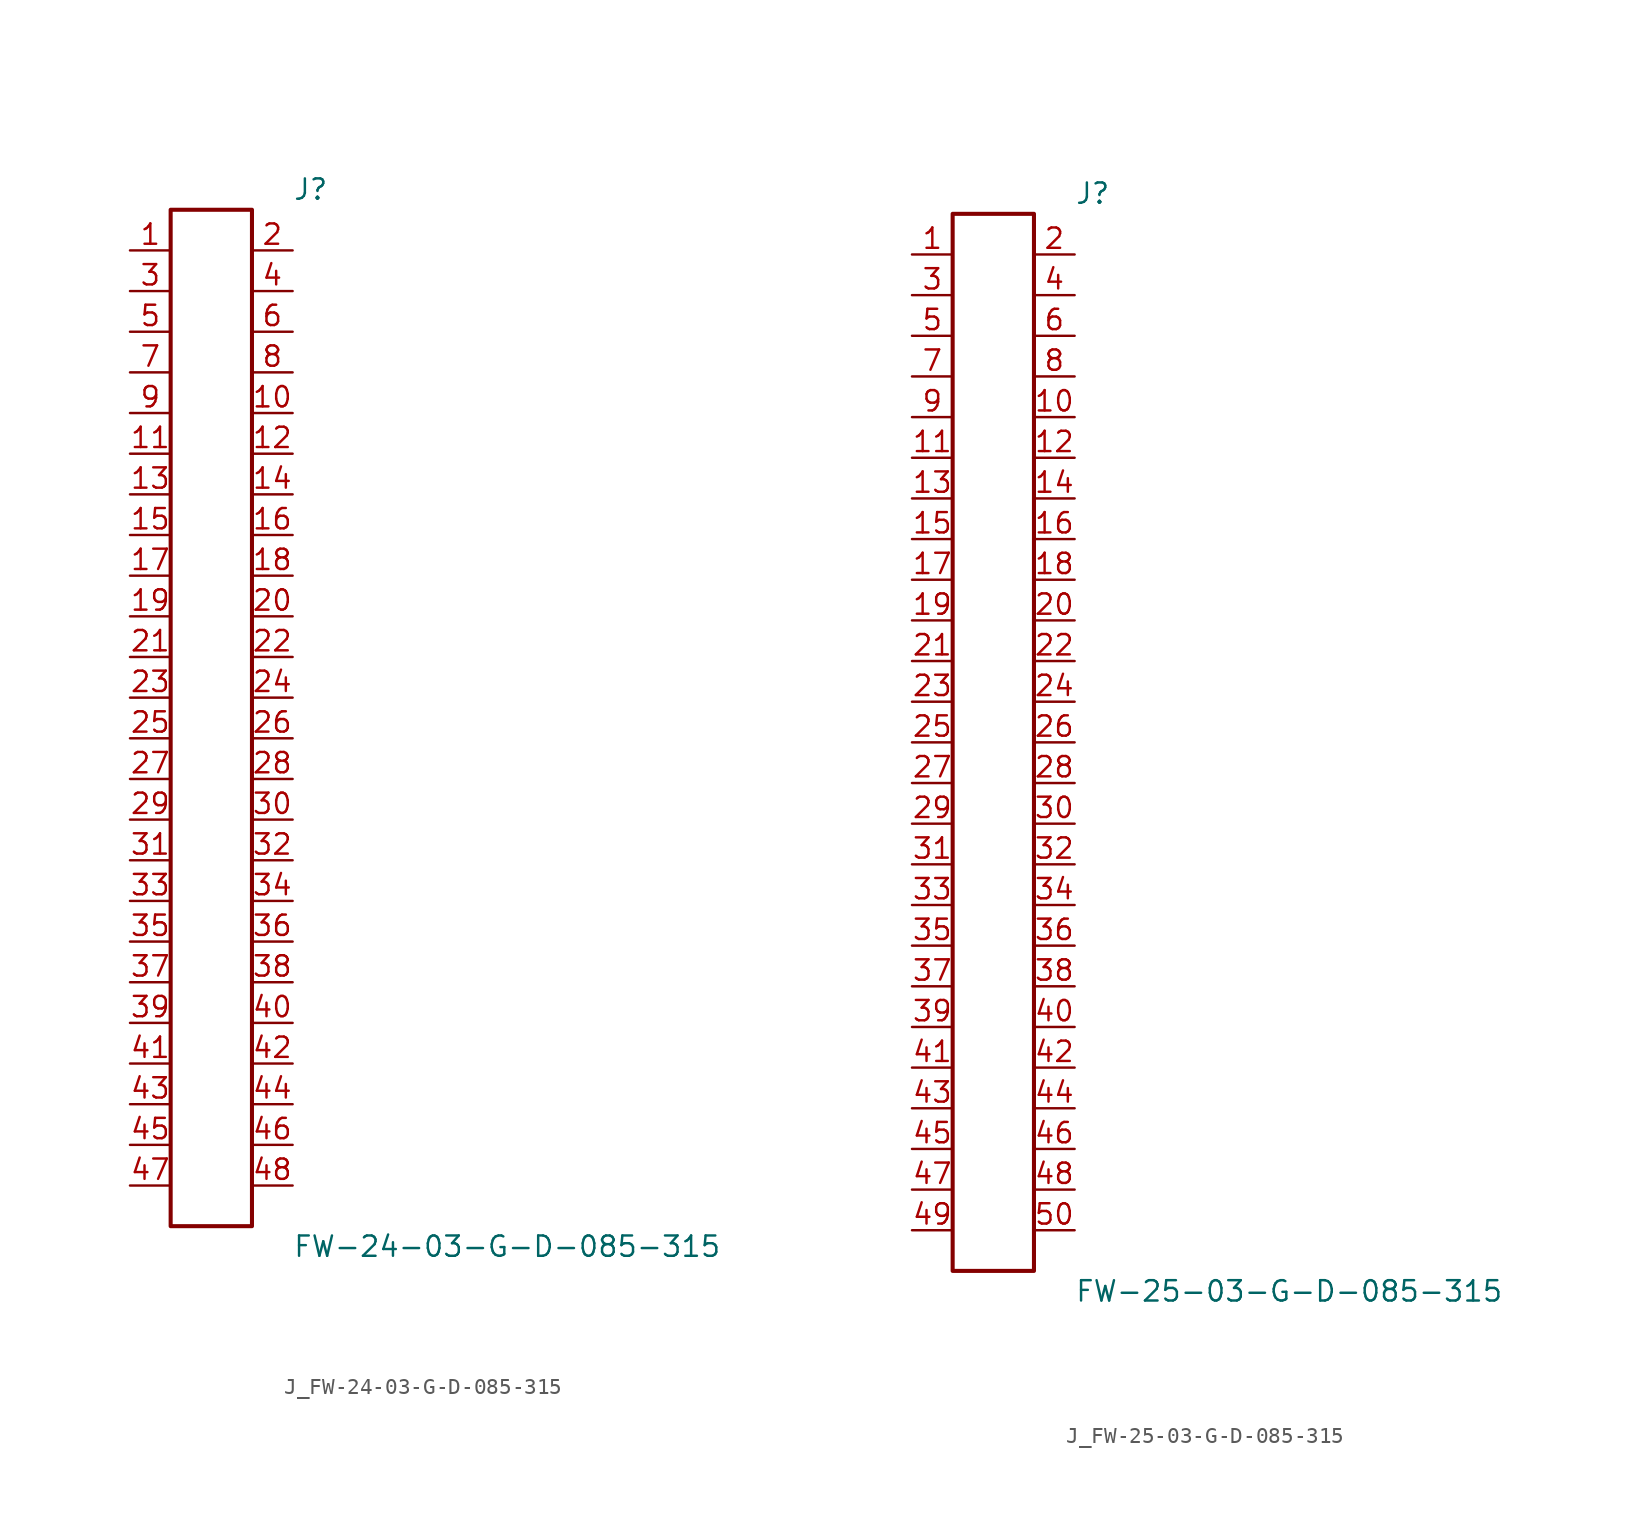
<source format=kicad_sym>
(kicad_symbol_lib
  (version 20231120)
  (generator kicad_symbol_editor)
  (generator_version 8.0)
  (symbol "J_FW-24-03-G-D-085-315"
    (pin_names
      (offset 0.254))
    (property "Reference" "J"
      (at 5.08 33.02 0)
      (effects (font (size 1.27 1.27)) (justify left)))
    (property "Value" "FW-24-03-G-D-085-315"
      (at 5.08 -33.02 0)
      (effects (font (size 1.27 1.27)) (justify left)))
    (symbol "J_FW-24-03-G-D-085-315_0_0"
      (pin unspecified line (at -5.08 29.21 0) (length 2.54) (name "" (effects (font (size 1.27 1.27)))) (number "1" (effects (font (size 1.27 1.27)))))
      (pin unspecified line (at 5.08 29.21 180) (length 2.54) (name "" (effects (font (size 1.27 1.27)))) (number "2" (effects (font (size 1.27 1.27)))))
      (pin unspecified line (at -5.08 26.67 0) (length 2.54) (name "" (effects (font (size 1.27 1.27)))) (number "3" (effects (font (size 1.27 1.27)))))
      (pin unspecified line (at 5.08 26.67 180) (length 2.54) (name "" (effects (font (size 1.27 1.27)))) (number "4" (effects (font (size 1.27 1.27)))))
      (pin unspecified line (at -5.08 24.13 0) (length 2.54) (name "" (effects (font (size 1.27 1.27)))) (number "5" (effects (font (size 1.27 1.27)))))
      (pin unspecified line (at 5.08 24.13 180) (length 2.54) (name "" (effects (font (size 1.27 1.27)))) (number "6" (effects (font (size 1.27 1.27)))))
      (pin unspecified line (at -5.08 21.59 0) (length 2.54) (name "" (effects (font (size 1.27 1.27)))) (number "7" (effects (font (size 1.27 1.27)))))
      (pin unspecified line (at 5.08 21.59 180) (length 2.54) (name "" (effects (font (size 1.27 1.27)))) (number "8" (effects (font (size 1.27 1.27)))))
      (pin unspecified line (at -5.08 19.05 0) (length 2.54) (name "" (effects (font (size 1.27 1.27)))) (number "9" (effects (font (size 1.27 1.27)))))
      (pin unspecified line (at 5.08 19.05 180) (length 2.54) (name "" (effects (font (size 1.27 1.27)))) (number "10" (effects (font (size 1.27 1.27)))))
      (pin unspecified line (at -5.08 16.51 0) (length 2.54) (name "" (effects (font (size 1.27 1.27)))) (number "11" (effects (font (size 1.27 1.27)))))
      (pin unspecified line (at 5.08 16.51 180) (length 2.54) (name "" (effects (font (size 1.27 1.27)))) (number "12" (effects (font (size 1.27 1.27)))))
      (pin unspecified line (at -5.08 13.97 0) (length 2.54) (name "" (effects (font (size 1.27 1.27)))) (number "13" (effects (font (size 1.27 1.27)))))
      (pin unspecified line (at 5.08 13.97 180) (length 2.54) (name "" (effects (font (size 1.27 1.27)))) (number "14" (effects (font (size 1.27 1.27)))))
      (pin unspecified line (at -5.08 11.43 0) (length 2.54) (name "" (effects (font (size 1.27 1.27)))) (number "15" (effects (font (size 1.27 1.27)))))
      (pin unspecified line (at 5.08 11.43 180) (length 2.54) (name "" (effects (font (size 1.27 1.27)))) (number "16" (effects (font (size 1.27 1.27)))))
      (pin unspecified line (at -5.08 8.89 0) (length 2.54) (name "" (effects (font (size 1.27 1.27)))) (number "17" (effects (font (size 1.27 1.27)))))
      (pin unspecified line (at 5.08 8.89 180) (length 2.54) (name "" (effects (font (size 1.27 1.27)))) (number "18" (effects (font (size 1.27 1.27)))))
      (pin unspecified line (at -5.08 6.35 0) (length 2.54) (name "" (effects (font (size 1.27 1.27)))) (number "19" (effects (font (size 1.27 1.27)))))
      (pin unspecified line (at 5.08 6.35 180) (length 2.54) (name "" (effects (font (size 1.27 1.27)))) (number "20" (effects (font (size 1.27 1.27)))))
      (pin unspecified line (at -5.08 3.81 0) (length 2.54) (name "" (effects (font (size 1.27 1.27)))) (number "21" (effects (font (size 1.27 1.27)))))
      (pin unspecified line (at 5.08 3.81 180) (length 2.54) (name "" (effects (font (size 1.27 1.27)))) (number "22" (effects (font (size 1.27 1.27)))))
      (pin unspecified line (at -5.08 1.27 0) (length 2.54) (name "" (effects (font (size 1.27 1.27)))) (number "23" (effects (font (size 1.27 1.27)))))
      (pin unspecified line (at 5.08 1.27 180) (length 2.54) (name "" (effects (font (size 1.27 1.27)))) (number "24" (effects (font (size 1.27 1.27)))))
      (pin unspecified line (at -5.08 -1.27 0) (length 2.54) (name "" (effects (font (size 1.27 1.27)))) (number "25" (effects (font (size 1.27 1.27)))))
      (pin unspecified line (at 5.08 -1.27 180) (length 2.54) (name "" (effects (font (size 1.27 1.27)))) (number "26" (effects (font (size 1.27 1.27)))))
      (pin unspecified line (at -5.08 -3.81 0) (length 2.54) (name "" (effects (font (size 1.27 1.27)))) (number "27" (effects (font (size 1.27 1.27)))))
      (pin unspecified line (at 5.08 -3.81 180) (length 2.54) (name "" (effects (font (size 1.27 1.27)))) (number "28" (effects (font (size 1.27 1.27)))))
      (pin unspecified line (at -5.08 -6.35 0) (length 2.54) (name "" (effects (font (size 1.27 1.27)))) (number "29" (effects (font (size 1.27 1.27)))))
      (pin unspecified line (at 5.08 -6.35 180) (length 2.54) (name "" (effects (font (size 1.27 1.27)))) (number "30" (effects (font (size 1.27 1.27)))))
      (pin unspecified line (at -5.08 -8.89 0) (length 2.54) (name "" (effects (font (size 1.27 1.27)))) (number "31" (effects (font (size 1.27 1.27)))))
      (pin unspecified line (at 5.08 -8.89 180) (length 2.54) (name "" (effects (font (size 1.27 1.27)))) (number "32" (effects (font (size 1.27 1.27)))))
      (pin unspecified line (at -5.08 -11.43 0) (length 2.54) (name "" (effects (font (size 1.27 1.27)))) (number "33" (effects (font (size 1.27 1.27)))))
      (pin unspecified line (at 5.08 -11.43 180) (length 2.54) (name "" (effects (font (size 1.27 1.27)))) (number "34" (effects (font (size 1.27 1.27)))))
      (pin unspecified line (at -5.08 -13.97 0) (length 2.54) (name "" (effects (font (size 1.27 1.27)))) (number "35" (effects (font (size 1.27 1.27)))))
      (pin unspecified line (at 5.08 -13.97 180) (length 2.54) (name "" (effects (font (size 1.27 1.27)))) (number "36" (effects (font (size 1.27 1.27)))))
      (pin unspecified line (at -5.08 -16.51 0) (length 2.54) (name "" (effects (font (size 1.27 1.27)))) (number "37" (effects (font (size 1.27 1.27)))))
      (pin unspecified line (at 5.08 -16.51 180) (length 2.54) (name "" (effects (font (size 1.27 1.27)))) (number "38" (effects (font (size 1.27 1.27)))))
      (pin unspecified line (at -5.08 -19.05 0) (length 2.54) (name "" (effects (font (size 1.27 1.27)))) (number "39" (effects (font (size 1.27 1.27)))))
      (pin unspecified line (at 5.08 -19.05 180) (length 2.54) (name "" (effects (font (size 1.27 1.27)))) (number "40" (effects (font (size 1.27 1.27)))))
      (pin unspecified line (at -5.08 -21.59 0) (length 2.54) (name "" (effects (font (size 1.27 1.27)))) (number "41" (effects (font (size 1.27 1.27)))))
      (pin unspecified line (at 5.08 -21.59 180) (length 2.54) (name "" (effects (font (size 1.27 1.27)))) (number "42" (effects (font (size 1.27 1.27)))))
      (pin unspecified line (at -5.08 -24.13 0) (length 2.54) (name "" (effects (font (size 1.27 1.27)))) (number "43" (effects (font (size 1.27 1.27)))))
      (pin unspecified line (at 5.08 -24.13 180) (length 2.54) (name "" (effects (font (size 1.27 1.27)))) (number "44" (effects (font (size 1.27 1.27)))))
      (pin unspecified line (at -5.08 -26.67 0) (length 2.54) (name "" (effects (font (size 1.27 1.27)))) (number "45" (effects (font (size 1.27 1.27)))))
      (pin unspecified line (at 5.08 -26.67 180) (length 2.54) (name "" (effects (font (size 1.27 1.27)))) (number "46" (effects (font (size 1.27 1.27)))))
      (pin unspecified line (at -5.08 -29.21 0) (length 2.54) (name "" (effects (font (size 1.27 1.27)))) (number "47" (effects (font (size 1.27 1.27)))))
      (pin unspecified line (at 5.08 -29.21 180) (length 2.54) (name "" (effects (font (size 1.27 1.27)))) (number "48" (effects (font (size 1.27 1.27))))))
    (symbol "J_FW-24-03-G-D-085-315_1_0"
      (rectangle (start -2.54 31.75) (end 2.54 -31.75) (stroke (width 0.254) (type solid)) (fill (type none)))))
  (symbol "J_FW-25-03-G-D-085-315"
    (pin_names
      (offset 0.254))
    (property "Reference" "J"
      (at 5.08 34.29 0)
      (effects (font (size 1.27 1.27)) (justify left)))
    (property "Value" "FW-25-03-G-D-085-315"
      (at 5.08 -34.29 0)
      (effects (font (size 1.27 1.27)) (justify left)))
    (symbol "J_FW-25-03-G-D-085-315_0_0"
      (pin unspecified line (at -5.08 30.48 0) (length 2.54) (name "" (effects (font (size 1.27 1.27)))) (number "1" (effects (font (size 1.27 1.27)))))
      (pin unspecified line (at 5.08 30.48 180) (length 2.54) (name "" (effects (font (size 1.27 1.27)))) (number "2" (effects (font (size 1.27 1.27)))))
      (pin unspecified line (at -5.08 27.94 0) (length 2.54) (name "" (effects (font (size 1.27 1.27)))) (number "3" (effects (font (size 1.27 1.27)))))
      (pin unspecified line (at 5.08 27.94 180) (length 2.54) (name "" (effects (font (size 1.27 1.27)))) (number "4" (effects (font (size 1.27 1.27)))))
      (pin unspecified line (at -5.08 25.4 0) (length 2.54) (name "" (effects (font (size 1.27 1.27)))) (number "5" (effects (font (size 1.27 1.27)))))
      (pin unspecified line (at 5.08 25.4 180) (length 2.54) (name "" (effects (font (size 1.27 1.27)))) (number "6" (effects (font (size 1.27 1.27)))))
      (pin unspecified line (at -5.08 22.86 0) (length 2.54) (name "" (effects (font (size 1.27 1.27)))) (number "7" (effects (font (size 1.27 1.27)))))
      (pin unspecified line (at 5.08 22.86 180) (length 2.54) (name "" (effects (font (size 1.27 1.27)))) (number "8" (effects (font (size 1.27 1.27)))))
      (pin unspecified line (at -5.08 20.32 0) (length 2.54) (name "" (effects (font (size 1.27 1.27)))) (number "9" (effects (font (size 1.27 1.27)))))
      (pin unspecified line (at 5.08 20.32 180) (length 2.54) (name "" (effects (font (size 1.27 1.27)))) (number "10" (effects (font (size 1.27 1.27)))))
      (pin unspecified line (at -5.08 17.78 0) (length 2.54) (name "" (effects (font (size 1.27 1.27)))) (number "11" (effects (font (size 1.27 1.27)))))
      (pin unspecified line (at 5.08 17.78 180) (length 2.54) (name "" (effects (font (size 1.27 1.27)))) (number "12" (effects (font (size 1.27 1.27)))))
      (pin unspecified line (at -5.08 15.24 0) (length 2.54) (name "" (effects (font (size 1.27 1.27)))) (number "13" (effects (font (size 1.27 1.27)))))
      (pin unspecified line (at 5.08 15.24 180) (length 2.54) (name "" (effects (font (size 1.27 1.27)))) (number "14" (effects (font (size 1.27 1.27)))))
      (pin unspecified line (at -5.08 12.7 0) (length 2.54) (name "" (effects (font (size 1.27 1.27)))) (number "15" (effects (font (size 1.27 1.27)))))
      (pin unspecified line (at 5.08 12.7 180) (length 2.54) (name "" (effects (font (size 1.27 1.27)))) (number "16" (effects (font (size 1.27 1.27)))))
      (pin unspecified line (at -5.08 10.16 0) (length 2.54) (name "" (effects (font (size 1.27 1.27)))) (number "17" (effects (font (size 1.27 1.27)))))
      (pin unspecified line (at 5.08 10.16 180) (length 2.54) (name "" (effects (font (size 1.27 1.27)))) (number "18" (effects (font (size 1.27 1.27)))))
      (pin unspecified line (at -5.08 7.62 0) (length 2.54) (name "" (effects (font (size 1.27 1.27)))) (number "19" (effects (font (size 1.27 1.27)))))
      (pin unspecified line (at 5.08 7.62 180) (length 2.54) (name "" (effects (font (size 1.27 1.27)))) (number "20" (effects (font (size 1.27 1.27)))))
      (pin unspecified line (at -5.08 5.08 0) (length 2.54) (name "" (effects (font (size 1.27 1.27)))) (number "21" (effects (font (size 1.27 1.27)))))
      (pin unspecified line (at 5.08 5.08 180) (length 2.54) (name "" (effects (font (size 1.27 1.27)))) (number "22" (effects (font (size 1.27 1.27)))))
      (pin unspecified line (at -5.08 2.54 0) (length 2.54) (name "" (effects (font (size 1.27 1.27)))) (number "23" (effects (font (size 1.27 1.27)))))
      (pin unspecified line (at 5.08 2.54 180) (length 2.54) (name "" (effects (font (size 1.27 1.27)))) (number "24" (effects (font (size 1.27 1.27)))))
      (pin unspecified line (at -5.08 0.0 0) (length 2.54) (name "" (effects (font (size 1.27 1.27)))) (number "25" (effects (font (size 1.27 1.27)))))
      (pin unspecified line (at 5.08 0.0 180) (length 2.54) (name "" (effects (font (size 1.27 1.27)))) (number "26" (effects (font (size 1.27 1.27)))))
      (pin unspecified line (at -5.08 -2.54 0) (length 2.54) (name "" (effects (font (size 1.27 1.27)))) (number "27" (effects (font (size 1.27 1.27)))))
      (pin unspecified line (at 5.08 -2.54 180) (length 2.54) (name "" (effects (font (size 1.27 1.27)))) (number "28" (effects (font (size 1.27 1.27)))))
      (pin unspecified line (at -5.08 -5.08 0) (length 2.54) (name "" (effects (font (size 1.27 1.27)))) (number "29" (effects (font (size 1.27 1.27)))))
      (pin unspecified line (at 5.08 -5.08 180) (length 2.54) (name "" (effects (font (size 1.27 1.27)))) (number "30" (effects (font (size 1.27 1.27)))))
      (pin unspecified line (at -5.08 -7.62 0) (length 2.54) (name "" (effects (font (size 1.27 1.27)))) (number "31" (effects (font (size 1.27 1.27)))))
      (pin unspecified line (at 5.08 -7.62 180) (length 2.54) (name "" (effects (font (size 1.27 1.27)))) (number "32" (effects (font (size 1.27 1.27)))))
      (pin unspecified line (at -5.08 -10.16 0) (length 2.54) (name "" (effects (font (size 1.27 1.27)))) (number "33" (effects (font (size 1.27 1.27)))))
      (pin unspecified line (at 5.08 -10.16 180) (length 2.54) (name "" (effects (font (size 1.27 1.27)))) (number "34" (effects (font (size 1.27 1.27)))))
      (pin unspecified line (at -5.08 -12.7 0) (length 2.54) (name "" (effects (font (size 1.27 1.27)))) (number "35" (effects (font (size 1.27 1.27)))))
      (pin unspecified line (at 5.08 -12.7 180) (length 2.54) (name "" (effects (font (size 1.27 1.27)))) (number "36" (effects (font (size 1.27 1.27)))))
      (pin unspecified line (at -5.08 -15.24 0) (length 2.54) (name "" (effects (font (size 1.27 1.27)))) (number "37" (effects (font (size 1.27 1.27)))))
      (pin unspecified line (at 5.08 -15.24 180) (length 2.54) (name "" (effects (font (size 1.27 1.27)))) (number "38" (effects (font (size 1.27 1.27)))))
      (pin unspecified line (at -5.08 -17.78 0) (length 2.54) (name "" (effects (font (size 1.27 1.27)))) (number "39" (effects (font (size 1.27 1.27)))))
      (pin unspecified line (at 5.08 -17.78 180) (length 2.54) (name "" (effects (font (size 1.27 1.27)))) (number "40" (effects (font (size 1.27 1.27)))))
      (pin unspecified line (at -5.08 -20.32 0) (length 2.54) (name "" (effects (font (size 1.27 1.27)))) (number "41" (effects (font (size 1.27 1.27)))))
      (pin unspecified line (at 5.08 -20.32 180) (length 2.54) (name "" (effects (font (size 1.27 1.27)))) (number "42" (effects (font (size 1.27 1.27)))))
      (pin unspecified line (at -5.08 -22.86 0) (length 2.54) (name "" (effects (font (size 1.27 1.27)))) (number "43" (effects (font (size 1.27 1.27)))))
      (pin unspecified line (at 5.08 -22.86 180) (length 2.54) (name "" (effects (font (size 1.27 1.27)))) (number "44" (effects (font (size 1.27 1.27)))))
      (pin unspecified line (at -5.08 -25.4 0) (length 2.54) (name "" (effects (font (size 1.27 1.27)))) (number "45" (effects (font (size 1.27 1.27)))))
      (pin unspecified line (at 5.08 -25.4 180) (length 2.54) (name "" (effects (font (size 1.27 1.27)))) (number "46" (effects (font (size 1.27 1.27)))))
      (pin unspecified line (at -5.08 -27.94 0) (length 2.54) (name "" (effects (font (size 1.27 1.27)))) (number "47" (effects (font (size 1.27 1.27)))))
      (pin unspecified line (at 5.08 -27.94 180) (length 2.54) (name "" (effects (font (size 1.27 1.27)))) (number "48" (effects (font (size 1.27 1.27)))))
      (pin unspecified line (at -5.08 -30.48 0) (length 2.54) (name "" (effects (font (size 1.27 1.27)))) (number "49" (effects (font (size 1.27 1.27)))))
      (pin unspecified line (at 5.08 -30.48 180) (length 2.54) (name "" (effects (font (size 1.27 1.27)))) (number "50" (effects (font (size 1.27 1.27))))))
    (symbol "J_FW-25-03-G-D-085-315_1_0"
      (rectangle (start -2.54 33.02) (end 2.54 -33.02) (stroke (width 0.254) (type solid)) (fill (type none))))))
</source>
